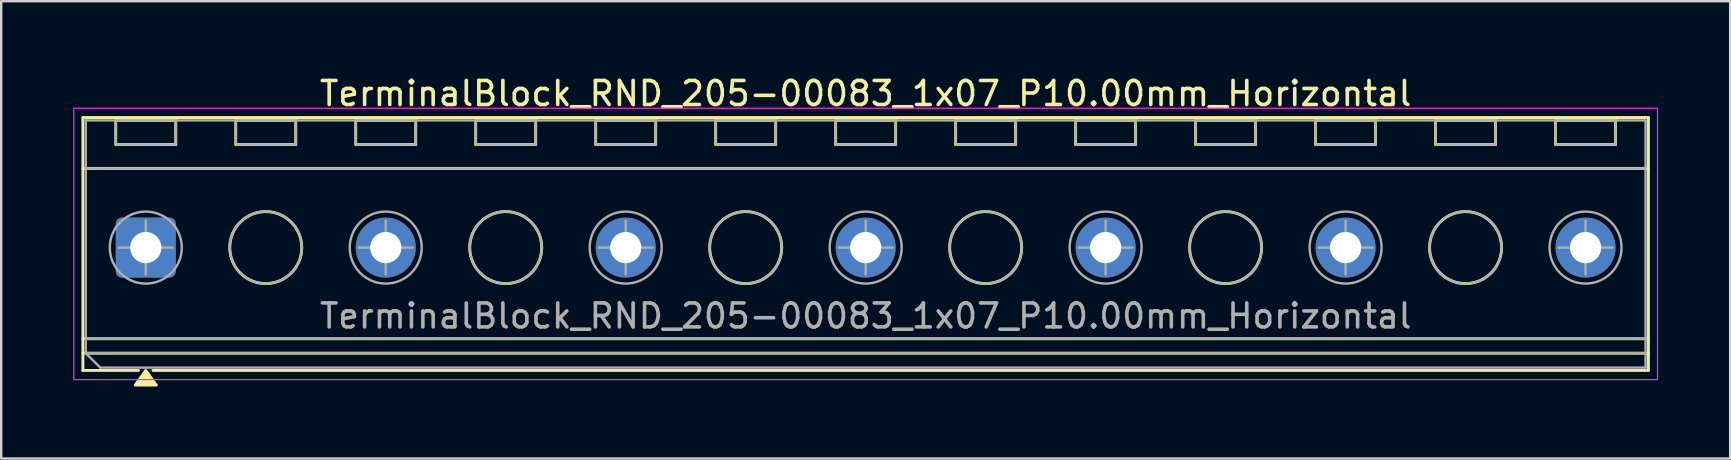
<source format=kicad_pcb>
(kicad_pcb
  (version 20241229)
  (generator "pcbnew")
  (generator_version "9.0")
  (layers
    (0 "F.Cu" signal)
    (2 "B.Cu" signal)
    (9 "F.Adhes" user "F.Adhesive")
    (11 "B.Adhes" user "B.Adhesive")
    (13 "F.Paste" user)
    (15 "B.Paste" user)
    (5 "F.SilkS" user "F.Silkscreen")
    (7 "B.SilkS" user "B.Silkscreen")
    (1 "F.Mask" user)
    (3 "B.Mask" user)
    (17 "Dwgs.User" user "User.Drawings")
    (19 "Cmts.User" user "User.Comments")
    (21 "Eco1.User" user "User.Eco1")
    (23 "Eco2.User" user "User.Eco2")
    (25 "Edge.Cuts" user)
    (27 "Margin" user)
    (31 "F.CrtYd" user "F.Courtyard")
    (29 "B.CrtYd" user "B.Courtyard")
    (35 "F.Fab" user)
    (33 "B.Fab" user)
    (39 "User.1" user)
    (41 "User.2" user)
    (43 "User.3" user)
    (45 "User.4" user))
  (footprint "TerminalBlock_RND_205-00083_1x07_P10.00mm_Horizontal"
    (layer "F.Cu")
    (at 3.025 7.268)
    (property "Reference" "TerminalBlock_RND_205-00083_1x07_P10.00mm_Horizontal" (at 30 -6.42 0) (layer "F.SilkS") (effects (font (size 1 1) (thickness 0.15))))
    (attr through_hole)
    (fp_line (start -2.62 -5.42) (end 62.62 -5.42) (stroke (width 0.12) (type solid)) (layer "F.SilkS"))
    (fp_line (start -2.62 -3.3) (end 62.62 -3.3) (stroke (width 0.12) (type solid)) (layer "F.SilkS"))
    (fp_line (start -2.62 3.8) (end 62.62 3.8) (stroke (width 0.12) (type solid)) (layer "F.SilkS"))
    (fp_line (start -2.62 4.4) (end 62.62 4.4) (stroke (width 0.12) (type solid)) (layer "F.SilkS"))
    (fp_line (start -2.62 5.12) (end -2.62 -5.42) (stroke (width 0.12) (type solid)) (layer "F.SilkS"))
    (fp_line (start -1.25 -5.3) (end 1.25 -5.3) (stroke (width 0.12) (type solid)) (layer "F.SilkS"))
    (fp_line (start -1.25 -4.3) (end -1.25 -5.3) (stroke (width 0.12) (type solid)) (layer "F.SilkS"))
    (fp_line (start -0.3 5.12) (end -2.62 5.12) (stroke (width 0.12) (type solid)) (layer "F.SilkS"))
    (fp_line (start 1.25 -5.3) (end 1.25 -4.3) (stroke (width 0.12) (type solid)) (layer "F.SilkS"))
    (fp_line (start 1.25 -4.3) (end -1.25 -4.3) (stroke (width 0.12) (type solid)) (layer "F.SilkS"))
    (fp_line (start 3.75 -5.3) (end 6.25 -5.3) (stroke (width 0.12) (type solid)) (layer "F.SilkS"))
    (fp_line (start 3.75 -4.3) (end 3.75 -5.3) (stroke (width 0.12) (type solid)) (layer "F.SilkS"))
    (fp_line (start 6.25 -5.3) (end 6.25 -4.3) (stroke (width 0.12) (type solid)) (layer "F.SilkS"))
    (fp_line (start 6.25 -4.3) (end 3.75 -4.3) (stroke (width 0.12) (type solid)) (layer "F.SilkS"))
    (fp_line (start 8.75 -5.3) (end 11.25 -5.3) (stroke (width 0.12) (type solid)) (layer "F.SilkS"))
    (fp_line (start 8.75 -4.3) (end 8.75 -5.3) (stroke (width 0.12) (type solid)) (layer "F.SilkS"))
    (fp_line (start 11.25 -5.3) (end 11.25 -4.3) (stroke (width 0.12) (type solid)) (layer "F.SilkS"))
    (fp_line (start 11.25 -4.3) (end 8.75 -4.3) (stroke (width 0.12) (type solid)) (layer "F.SilkS"))
    (fp_line (start 13.75 -5.3) (end 16.25 -5.3) (stroke (width 0.12) (type solid)) (layer "F.SilkS"))
    (fp_line (start 13.75 -4.3) (end 13.75 -5.3) (stroke (width 0.12) (type solid)) (layer "F.SilkS"))
    (fp_line (start 16.25 -5.3) (end 16.25 -4.3) (stroke (width 0.12) (type solid)) (layer "F.SilkS"))
    (fp_line (start 16.25 -4.3) (end 13.75 -4.3) (stroke (width 0.12) (type solid)) (layer "F.SilkS"))
    (fp_line (start 18.75 -5.3) (end 21.25 -5.3) (stroke (width 0.12) (type solid)) (layer "F.SilkS"))
    (fp_line (start 18.75 -4.3) (end 18.75 -5.3) (stroke (width 0.12) (type solid)) (layer "F.SilkS"))
    (fp_line (start 21.25 -5.3) (end 21.25 -4.3) (stroke (width 0.12) (type solid)) (layer "F.SilkS"))
    (fp_line (start 21.25 -4.3) (end 18.75 -4.3) (stroke (width 0.12) (type solid)) (layer "F.SilkS"))
    (fp_line (start 23.75 -5.3) (end 26.25 -5.3) (stroke (width 0.12) (type solid)) (layer "F.SilkS"))
    (fp_line (start 23.75 -4.3) (end 23.75 -5.3) (stroke (width 0.12) (type solid)) (layer "F.SilkS"))
    (fp_line (start 26.25 -5.3) (end 26.25 -4.3) (stroke (width 0.12) (type solid)) (layer "F.SilkS"))
    (fp_line (start 26.25 -4.3) (end 23.75 -4.3) (stroke (width 0.12) (type solid)) (layer "F.SilkS"))
    (fp_line (start 28.75 -5.3) (end 31.25 -5.3) (stroke (width 0.12) (type solid)) (layer "F.SilkS"))
    (fp_line (start 28.75 -4.3) (end 28.75 -5.3) (stroke (width 0.12) (type solid)) (layer "F.SilkS"))
    (fp_line (start 31.25 -5.3) (end 31.25 -4.3) (stroke (width 0.12) (type solid)) (layer "F.SilkS"))
    (fp_line (start 31.25 -4.3) (end 28.75 -4.3) (stroke (width 0.12) (type solid)) (layer "F.SilkS"))
    (fp_line (start 33.75 -5.3) (end 36.25 -5.3) (stroke (width 0.12) (type solid)) (layer "F.SilkS"))
    (fp_line (start 33.75 -4.3) (end 33.75 -5.3) (stroke (width 0.12) (type solid)) (layer "F.SilkS"))
    (fp_line (start 36.25 -5.3) (end 36.25 -4.3) (stroke (width 0.12) (type solid)) (layer "F.SilkS"))
    (fp_line (start 36.25 -4.3) (end 33.75 -4.3) (stroke (width 0.12) (type solid)) (layer "F.SilkS"))
    (fp_line (start 38.75 -5.3) (end 41.25 -5.3) (stroke (width 0.12) (type solid)) (layer "F.SilkS"))
    (fp_line (start 38.75 -4.3) (end 38.75 -5.3) (stroke (width 0.12) (type solid)) (layer "F.SilkS"))
    (fp_line (start 41.25 -5.3) (end 41.25 -4.3) (stroke (width 0.12) (type solid)) (layer "F.SilkS"))
    (fp_line (start 41.25 -4.3) (end 38.75 -4.3) (stroke (width 0.12) (type solid)) (layer "F.SilkS"))
    (fp_line (start 43.75 -5.3) (end 46.25 -5.3) (stroke (width 0.12) (type solid)) (layer "F.SilkS"))
    (fp_line (start 43.75 -4.3) (end 43.75 -5.3) (stroke (width 0.12) (type solid)) (layer "F.SilkS"))
    (fp_line (start 46.25 -5.3) (end 46.25 -4.3) (stroke (width 0.12) (type solid)) (layer "F.SilkS"))
    (fp_line (start 46.25 -4.3) (end 43.75 -4.3) (stroke (width 0.12) (type solid)) (layer "F.SilkS"))
    (fp_line (start 48.75 -5.3) (end 51.25 -5.3) (stroke (width 0.12) (type solid)) (layer "F.SilkS"))
    (fp_line (start 48.75 -4.3) (end 48.75 -5.3) (stroke (width 0.12) (type solid)) (layer "F.SilkS"))
    (fp_line (start 51.25 -5.3) (end 51.25 -4.3) (stroke (width 0.12) (type solid)) (layer "F.SilkS"))
    (fp_line (start 51.25 -4.3) (end 48.75 -4.3) (stroke (width 0.12) (type solid)) (layer "F.SilkS"))
    (fp_line (start 53.75 -5.3) (end 56.25 -5.3) (stroke (width 0.12) (type solid)) (layer "F.SilkS"))
    (fp_line (start 53.75 -4.3) (end 53.75 -5.3) (stroke (width 0.12) (type solid)) (layer "F.SilkS"))
    (fp_line (start 56.25 -5.3) (end 56.25 -4.3) (stroke (width 0.12) (type solid)) (layer "F.SilkS"))
    (fp_line (start 56.25 -4.3) (end 53.75 -4.3) (stroke (width 0.12) (type solid)) (layer "F.SilkS"))
    (fp_line (start 58.75 -5.3) (end 61.25 -5.3) (stroke (width 0.12) (type solid)) (layer "F.SilkS"))
    (fp_line (start 58.75 -4.3) (end 58.75 -5.3) (stroke (width 0.12) (type solid)) (layer "F.SilkS"))
    (fp_line (start 61.25 -5.3) (end 61.25 -4.3) (stroke (width 0.12) (type solid)) (layer "F.SilkS"))
    (fp_line (start 61.25 -4.3) (end 58.75 -4.3) (stroke (width 0.12) (type solid)) (layer "F.SilkS"))
    (fp_line (start 62.62 -5.42) (end 62.62 5.12) (stroke (width 0.12) (type solid)) (layer "F.SilkS"))
    (fp_line (start 62.62 5.12) (end 0.3 5.12) (stroke (width 0.12) (type solid)) (layer "F.SilkS"))
    (fp_circle (center 5 0) (end 6.5 0) (stroke (width 0.12) (type solid)) (fill no) (layer "F.SilkS"))
    (fp_circle (center 15 0) (end 16.5 0) (stroke (width 0.12) (type solid)) (fill no) (layer "F.SilkS"))
    (fp_circle (center 25 0) (end 26.5 0) (stroke (width 0.12) (type solid)) (fill no) (layer "F.SilkS"))
    (fp_circle (center 35 0) (end 36.5 0) (stroke (width 0.12) (type solid)) (fill no) (layer "F.SilkS"))
    (fp_circle (center 45 0) (end 46.5 0) (stroke (width 0.12) (type solid)) (fill no) (layer "F.SilkS"))
    (fp_circle (center 55 0) (end 56.5 0) (stroke (width 0.12) (type solid)) (fill no) (layer "F.SilkS"))
    (fp_poly (pts (xy 0 5.12) (xy 0.44 5.73) (xy -0.44 5.73)) (stroke (width 0.12) (type solid)) (fill yes) (layer "F.SilkS"))
    (fp_rect (start -3 -5.81) (end 63 5.5) (stroke (width 0.05) (type solid)) (fill no) (layer "F.CrtYd"))
    (fp_line (start -2.5 -5.3) (end 62.5 -5.3) (stroke (width 0.1) (type solid)) (layer "F.Fab"))
    (fp_line (start -2.5 -3.3) (end 62.5 -3.3) (stroke (width 0.1) (type solid)) (layer "F.Fab"))
    (fp_line (start -2.5 3.8) (end 62.5 3.8) (stroke (width 0.1) (type solid)) (layer "F.Fab"))
    (fp_line (start -2.5 4.4) (end -2.5 -5.3) (stroke (width 0.1) (type solid)) (layer "F.Fab"))
    (fp_line (start -2.5 4.4) (end 62.5 4.4) (stroke (width 0.1) (type solid)) (layer "F.Fab"))
    (fp_line (start -1.9 5) (end -2.5 4.4) (stroke (width 0.1) (type solid)) (layer "F.Fab"))
    (fp_line (start -1.125 0) (end 1.125 0) (stroke (width 0.1) (type solid)) (layer "F.Fab"))
    (fp_line (start 0 -1.125) (end 0 1.125) (stroke (width 0.1) (type solid)) (layer "F.Fab"))
    (fp_line (start 8.875 0) (end 11.125 0) (stroke (width 0.1) (type solid)) (layer "F.Fab"))
    (fp_line (start 10 -1.125) (end 10 1.125) (stroke (width 0.1) (type solid)) (layer "F.Fab"))
    (fp_line (start 18.875 0) (end 21.125 0) (stroke (width 0.1) (type solid)) (layer "F.Fab"))
    (fp_line (start 20 -1.125) (end 20 1.125) (stroke (width 0.1) (type solid)) (layer "F.Fab"))
    (fp_line (start 28.875 0) (end 31.125 0) (stroke (width 0.1) (type solid)) (layer "F.Fab"))
    (fp_line (start 30 -1.125) (end 30 1.125) (stroke (width 0.1) (type solid)) (layer "F.Fab"))
    (fp_line (start 38.875 0) (end 41.125 0) (stroke (width 0.1) (type solid)) (layer "F.Fab"))
    (fp_line (start 40 -1.125) (end 40 1.125) (stroke (width 0.1) (type solid)) (layer "F.Fab"))
    (fp_line (start 48.875 0) (end 51.125 0) (stroke (width 0.1) (type solid)) (layer "F.Fab"))
    (fp_line (start 50 -1.125) (end 50 1.125) (stroke (width 0.1) (type solid)) (layer "F.Fab"))
    (fp_line (start 58.875 0) (end 61.125 0) (stroke (width 0.1) (type solid)) (layer "F.Fab"))
    (fp_line (start 60 -1.125) (end 60 1.125) (stroke (width 0.1) (type solid)) (layer "F.Fab"))
    (fp_line (start 62.5 -5.3) (end 62.5 5) (stroke (width 0.1) (type solid)) (layer "F.Fab"))
    (fp_line (start 62.5 5) (end -1.9 5) (stroke (width 0.1) (type solid)) (layer "F.Fab"))
    (fp_rect (start -1.25 -5.3) (end 1.25 -4.3) (stroke (width 0.1) (type solid)) (fill no) (layer "F.Fab"))
    (fp_rect (start 3.75 -5.3) (end 6.25 -4.3) (stroke (width 0.1) (type solid)) (fill no) (layer "F.Fab"))
    (fp_rect (start 8.75 -5.3) (end 11.25 -4.3) (stroke (width 0.1) (type solid)) (fill no) (layer "F.Fab"))
    (fp_rect (start 13.75 -5.3) (end 16.25 -4.3) (stroke (width 0.1) (type solid)) (fill no) (layer "F.Fab"))
    (fp_rect (start 18.75 -5.3) (end 21.25 -4.3) (stroke (width 0.1) (type solid)) (fill no) (layer "F.Fab"))
    (fp_rect (start 23.75 -5.3) (end 26.25 -4.3) (stroke (width 0.1) (type solid)) (fill no) (layer "F.Fab"))
    (fp_rect (start 28.75 -5.3) (end 31.25 -4.3) (stroke (width 0.1) (type solid)) (fill no) (layer "F.Fab"))
    (fp_rect (start 33.75 -5.3) (end 36.25 -4.3) (stroke (width 0.1) (type solid)) (fill no) (layer "F.Fab"))
    (fp_rect (start 38.75 -5.3) (end 41.25 -4.3) (stroke (width 0.1) (type solid)) (fill no) (layer "F.Fab"))
    (fp_rect (start 43.75 -5.3) (end 46.25 -4.3) (stroke (width 0.1) (type solid)) (fill no) (layer "F.Fab"))
    (fp_rect (start 48.75 -5.3) (end 51.25 -4.3) (stroke (width 0.1) (type solid)) (fill no) (layer "F.Fab"))
    (fp_rect (start 53.75 -5.3) (end 56.25 -4.3) (stroke (width 0.1) (type solid)) (fill no) (layer "F.Fab"))
    (fp_rect (start 58.75 -5.3) (end 61.25 -4.3) (stroke (width 0.1) (type solid)) (fill no) (layer "F.Fab"))
    (fp_circle (center 0 0) (end 1.5 0) (stroke (width 0.1) (type solid)) (fill no) (layer "F.Fab"))
    (fp_circle (center 5 0) (end 6.5 0) (stroke (width 0.1) (type solid)) (fill no) (layer "F.Fab"))
    (fp_circle (center 10 0) (end 11.5 0) (stroke (width 0.1) (type solid)) (fill no) (layer "F.Fab"))
    (fp_circle (center 15 0) (end 16.5 0) (stroke (width 0.1) (type solid)) (fill no) (layer "F.Fab"))
    (fp_circle (center 20 0) (end 21.5 0) (stroke (width 0.1) (type solid)) (fill no) (layer "F.Fab"))
    (fp_circle (center 25 0) (end 26.5 0) (stroke (width 0.1) (type solid)) (fill no) (layer "F.Fab"))
    (fp_circle (center 30 0) (end 31.5 0) (stroke (width 0.1) (type solid)) (fill no) (layer "F.Fab"))
    (fp_circle (center 35 0) (end 36.5 0) (stroke (width 0.1) (type solid)) (fill no) (layer "F.Fab"))
    (fp_circle (center 40 0) (end 41.5 0) (stroke (width 0.1) (type solid)) (fill no) (layer "F.Fab"))
    (fp_circle (center 45 0) (end 46.5 0) (stroke (width 0.1) (type solid)) (fill no) (layer "F.Fab"))
    (fp_circle (center 50 0) (end 51.5 0) (stroke (width 0.1) (type solid)) (fill no) (layer "F.Fab"))
    (fp_circle (center 55 0) (end 56.5 0) (stroke (width 0.1) (type solid)) (fill no) (layer "F.Fab"))
    (fp_circle (center 60 0) (end 61.5 0) (stroke (width 0.1) (type solid)) (fill no) (layer "F.Fab"))
    (fp_text user "${REFERENCE}" (at 30 2.85 0) (layer "F.Fab") (effects (font (size 1 1) (thickness 0.15))))
    (pad "1" thru_hole roundrect (at 0 0) (size 2.5 2.5) (drill 1.3) (layers "*.Cu" "*.Mask") (roundrect_rratio 0.1))
    (pad "2" thru_hole circle (at 10 0) (size 2.5 2.5) (drill 1.3) (layers "*.Cu" "*.Mask"))
    (pad "3" thru_hole circle (at 20 0) (size 2.5 2.5) (drill 1.3) (layers "*.Cu" "*.Mask"))
    (pad "4" thru_hole circle (at 30 0) (size 2.5 2.5) (drill 1.3) (layers "*.Cu" "*.Mask"))
    (pad "5" thru_hole circle (at 40 0) (size 2.5 2.5) (drill 1.3) (layers "*.Cu" "*.Mask"))
    (pad "6" thru_hole circle (at 50 0) (size 2.5 2.5) (drill 1.3) (layers "*.Cu" "*.Mask"))
    (pad "7" thru_hole circle (at 60 0) (size 2.5 2.5) (drill 1.3) (layers "*.Cu" "*.Mask")))
  (gr_rect
    (start -3 -3)
    (end 69.05 16.058)
    (stroke (width 0.1) (type default))
    (fill no)
    (layer "Edge.Cuts")))
</source>
